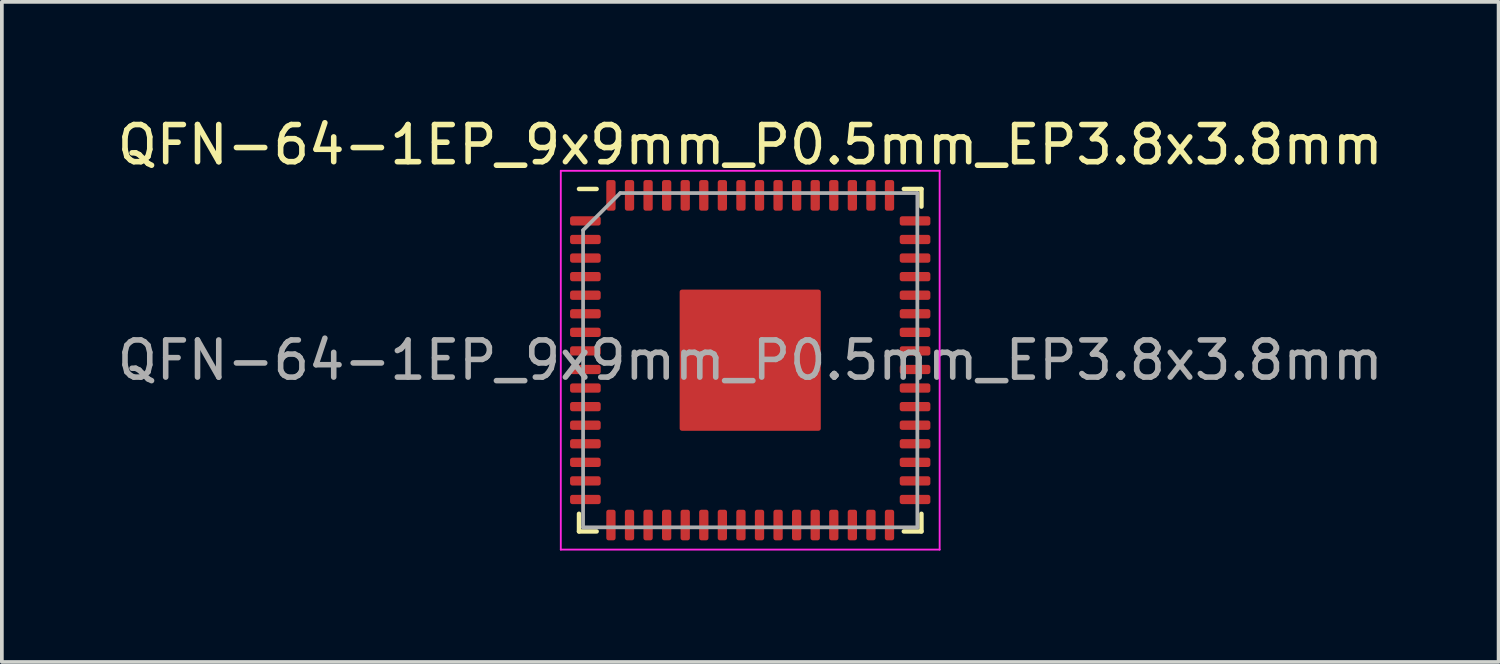
<source format=kicad_pcb>
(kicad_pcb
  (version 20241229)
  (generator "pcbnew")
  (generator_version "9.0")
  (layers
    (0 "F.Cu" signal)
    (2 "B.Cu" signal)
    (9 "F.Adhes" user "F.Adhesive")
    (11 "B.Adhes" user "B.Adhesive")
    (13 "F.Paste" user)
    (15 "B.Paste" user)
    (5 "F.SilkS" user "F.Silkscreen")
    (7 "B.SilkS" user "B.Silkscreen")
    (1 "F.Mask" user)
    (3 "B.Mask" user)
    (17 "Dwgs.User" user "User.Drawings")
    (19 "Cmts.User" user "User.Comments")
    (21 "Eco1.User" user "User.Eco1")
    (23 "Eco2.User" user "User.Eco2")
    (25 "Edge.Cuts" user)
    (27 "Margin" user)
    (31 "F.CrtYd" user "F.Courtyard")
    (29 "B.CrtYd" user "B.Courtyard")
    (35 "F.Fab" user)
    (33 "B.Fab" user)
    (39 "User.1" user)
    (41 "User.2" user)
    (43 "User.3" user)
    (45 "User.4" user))
  (footprint "QFN-64-1EP_9x9mm_P0.5mm_EP3.8x3.8mm"
    (layer "F.Cu")
    (at 17.149 6.648)
    (property "Reference" "QFN-64-1EP_9x9mm_P0.5mm_EP3.8x3.8mm" (at 0 -5.8 0) (layer "F.SilkS") (effects (font (size 1 1) (thickness 0.15))))
    (attr smd)
    (fp_line (start -4.61 4.61) (end -4.61 4.135) (stroke (width 0.12) (type solid)) (layer "F.SilkS"))
    (fp_line (start -4.135 -4.61) (end -4.61 -4.61) (stroke (width 0.12) (type solid)) (layer "F.SilkS"))
    (fp_line (start -4.135 4.61) (end -4.61 4.61) (stroke (width 0.12) (type solid)) (layer "F.SilkS"))
    (fp_line (start 4.135 -4.61) (end 4.61 -4.61) (stroke (width 0.12) (type solid)) (layer "F.SilkS"))
    (fp_line (start 4.135 4.61) (end 4.61 4.61) (stroke (width 0.12) (type solid)) (layer "F.SilkS"))
    (fp_line (start 4.61 -4.61) (end 4.61 -4.135) (stroke (width 0.12) (type solid)) (layer "F.SilkS"))
    (fp_line (start 4.61 4.61) (end 4.61 4.135) (stroke (width 0.12) (type solid)) (layer "F.SilkS"))
    (fp_line (start -5.1 -5.1) (end -5.1 5.1) (stroke (width 0.05) (type solid)) (layer "F.CrtYd"))
    (fp_line (start -5.1 5.1) (end 5.1 5.1) (stroke (width 0.05) (type solid)) (layer "F.CrtYd"))
    (fp_line (start 5.1 -5.1) (end -5.1 -5.1) (stroke (width 0.05) (type solid)) (layer "F.CrtYd"))
    (fp_line (start 5.1 5.1) (end 5.1 -5.1) (stroke (width 0.05) (type solid)) (layer "F.CrtYd"))
    (fp_line (start -4.5 -3.5) (end -3.5 -4.5) (stroke (width 0.1) (type solid)) (layer "F.Fab"))
    (fp_line (start -4.5 4.5) (end -4.5 -3.5) (stroke (width 0.1) (type solid)) (layer "F.Fab"))
    (fp_line (start -3.5 -4.5) (end 4.5 -4.5) (stroke (width 0.1) (type solid)) (layer "F.Fab"))
    (fp_line (start 4.5 -4.5) (end 4.5 4.5) (stroke (width 0.1) (type solid)) (layer "F.Fab"))
    (fp_line (start 4.5 4.5) (end -4.5 4.5) (stroke (width 0.1) (type solid)) (layer "F.Fab"))
    (fp_text user "${REFERENCE}" (at 0 0 0) (layer "F.Fab") (effects (font (size 1 1) (thickness 0.15))))
    (pad "" smd roundrect (at -1.27 -1.27) (size 1.02 1.02) (layers "F.Paste") (roundrect_rratio 0.245))
    (pad "" smd roundrect (at -1.27 0) (size 1.02 1.02) (layers "F.Paste") (roundrect_rratio 0.245))
    (pad "" smd roundrect (at -1.27 1.27) (size 1.02 1.02) (layers "F.Paste") (roundrect_rratio 0.245))
    (pad "" smd roundrect (at 0 -1.27) (size 1.02 1.02) (layers "F.Paste") (roundrect_rratio 0.245))
    (pad "" smd roundrect (at 0 0) (size 1.02 1.02) (layers "F.Paste") (roundrect_rratio 0.245))
    (pad "" smd roundrect (at 0 1.27) (size 1.02 1.02) (layers "F.Paste") (roundrect_rratio 0.245))
    (pad "" smd roundrect (at 1.27 -1.27) (size 1.02 1.02) (layers "F.Paste") (roundrect_rratio 0.245))
    (pad "" smd roundrect (at 1.27 0) (size 1.02 1.02) (layers "F.Paste") (roundrect_rratio 0.245))
    (pad "" smd roundrect (at 1.27 1.27) (size 1.02 1.02) (layers "F.Paste") (roundrect_rratio 0.245))
    (pad "1" smd roundrect (at -4.438 -3.75) (size 0.825 0.25) (layers "F.Cu" "F.Mask" "F.Paste") (roundrect_rratio 0.25))
    (pad "2" smd roundrect (at -4.438 -3.25) (size 0.825 0.25) (layers "F.Cu" "F.Mask" "F.Paste") (roundrect_rratio 0.25))
    (pad "3" smd roundrect (at -4.438 -2.75) (size 0.825 0.25) (layers "F.Cu" "F.Mask" "F.Paste") (roundrect_rratio 0.25))
    (pad "4" smd roundrect (at -4.438 -2.25) (size 0.825 0.25) (layers "F.Cu" "F.Mask" "F.Paste") (roundrect_rratio 0.25))
    (pad "5" smd roundrect (at -4.438 -1.75) (size 0.825 0.25) (layers "F.Cu" "F.Mask" "F.Paste") (roundrect_rratio 0.25))
    (pad "6" smd roundrect (at -4.438 -1.25) (size 0.825 0.25) (layers "F.Cu" "F.Mask" "F.Paste") (roundrect_rratio 0.25))
    (pad "7" smd roundrect (at -4.438 -0.75) (size 0.825 0.25) (layers "F.Cu" "F.Mask" "F.Paste") (roundrect_rratio 0.25))
    (pad "8" smd roundrect (at -4.438 -0.25) (size 0.825 0.25) (layers "F.Cu" "F.Mask" "F.Paste") (roundrect_rratio 0.25))
    (pad "9" smd roundrect (at -4.438 0.25) (size 0.825 0.25) (layers "F.Cu" "F.Mask" "F.Paste") (roundrect_rratio 0.25))
    (pad "10" smd roundrect (at -4.438 0.75) (size 0.825 0.25) (layers "F.Cu" "F.Mask" "F.Paste") (roundrect_rratio 0.25))
    (pad "11" smd roundrect (at -4.438 1.25) (size 0.825 0.25) (layers "F.Cu" "F.Mask" "F.Paste") (roundrect_rratio 0.25))
    (pad "12" smd roundrect (at -4.438 1.75) (size 0.825 0.25) (layers "F.Cu" "F.Mask" "F.Paste") (roundrect_rratio 0.25))
    (pad "13" smd roundrect (at -4.438 2.25) (size 0.825 0.25) (layers "F.Cu" "F.Mask" "F.Paste") (roundrect_rratio 0.25))
    (pad "14" smd roundrect (at -4.438 2.75) (size 0.825 0.25) (layers "F.Cu" "F.Mask" "F.Paste") (roundrect_rratio 0.25))
    (pad "15" smd roundrect (at -4.438 3.25) (size 0.825 0.25) (layers "F.Cu" "F.Mask" "F.Paste") (roundrect_rratio 0.25))
    (pad "16" smd roundrect (at -4.438 3.75) (size 0.825 0.25) (layers "F.Cu" "F.Mask" "F.Paste") (roundrect_rratio 0.25))
    (pad "17" smd roundrect (at -3.75 4.438) (size 0.25 0.825) (layers "F.Cu" "F.Mask" "F.Paste") (roundrect_rratio 0.25))
    (pad "18" smd roundrect (at -3.25 4.438) (size 0.25 0.825) (layers "F.Cu" "F.Mask" "F.Paste") (roundrect_rratio 0.25))
    (pad "19" smd roundrect (at -2.75 4.438) (size 0.25 0.825) (layers "F.Cu" "F.Mask" "F.Paste") (roundrect_rratio 0.25))
    (pad "20" smd roundrect (at -2.25 4.438) (size 0.25 0.825) (layers "F.Cu" "F.Mask" "F.Paste") (roundrect_rratio 0.25))
    (pad "21" smd roundrect (at -1.75 4.438) (size 0.25 0.825) (layers "F.Cu" "F.Mask" "F.Paste") (roundrect_rratio 0.25))
    (pad "22" smd roundrect (at -1.25 4.438) (size 0.25 0.825) (layers "F.Cu" "F.Mask" "F.Paste") (roundrect_rratio 0.25))
    (pad "23" smd roundrect (at -0.75 4.438) (size 0.25 0.825) (layers "F.Cu" "F.Mask" "F.Paste") (roundrect_rratio 0.25))
    (pad "24" smd roundrect (at -0.25 4.438) (size 0.25 0.825) (layers "F.Cu" "F.Mask" "F.Paste") (roundrect_rratio 0.25))
    (pad "25" smd roundrect (at 0.25 4.438) (size 0.25 0.825) (layers "F.Cu" "F.Mask" "F.Paste") (roundrect_rratio 0.25))
    (pad "26" smd roundrect (at 0.75 4.438) (size 0.25 0.825) (layers "F.Cu" "F.Mask" "F.Paste") (roundrect_rratio 0.25))
    (pad "27" smd roundrect (at 1.25 4.438) (size 0.25 0.825) (layers "F.Cu" "F.Mask" "F.Paste") (roundrect_rratio 0.25))
    (pad "28" smd roundrect (at 1.75 4.438) (size 0.25 0.825) (layers "F.Cu" "F.Mask" "F.Paste") (roundrect_rratio 0.25))
    (pad "29" smd roundrect (at 2.25 4.438) (size 0.25 0.825) (layers "F.Cu" "F.Mask" "F.Paste") (roundrect_rratio 0.25))
    (pad "30" smd roundrect (at 2.75 4.438) (size 0.25 0.825) (layers "F.Cu" "F.Mask" "F.Paste") (roundrect_rratio 0.25))
    (pad "31" smd roundrect (at 3.25 4.438) (size 0.25 0.825) (layers "F.Cu" "F.Mask" "F.Paste") (roundrect_rratio 0.25))
    (pad "32" smd roundrect (at 3.75 4.438) (size 0.25 0.825) (layers "F.Cu" "F.Mask" "F.Paste") (roundrect_rratio 0.25))
    (pad "33" smd roundrect (at 4.438 3.75) (size 0.825 0.25) (layers "F.Cu" "F.Mask" "F.Paste") (roundrect_rratio 0.25))
    (pad "34" smd roundrect (at 4.438 3.25) (size 0.825 0.25) (layers "F.Cu" "F.Mask" "F.Paste") (roundrect_rratio 0.25))
    (pad "35" smd roundrect (at 4.438 2.75) (size 0.825 0.25) (layers "F.Cu" "F.Mask" "F.Paste") (roundrect_rratio 0.25))
    (pad "36" smd roundrect (at 4.438 2.25) (size 0.825 0.25) (layers "F.Cu" "F.Mask" "F.Paste") (roundrect_rratio 0.25))
    (pad "37" smd roundrect (at 4.438 1.75) (size 0.825 0.25) (layers "F.Cu" "F.Mask" "F.Paste") (roundrect_rratio 0.25))
    (pad "38" smd roundrect (at 4.438 1.25) (size 0.825 0.25) (layers "F.Cu" "F.Mask" "F.Paste") (roundrect_rratio 0.25))
    (pad "39" smd roundrect (at 4.438 0.75) (size 0.825 0.25) (layers "F.Cu" "F.Mask" "F.Paste") (roundrect_rratio 0.25))
    (pad "40" smd roundrect (at 4.438 0.25) (size 0.825 0.25) (layers "F.Cu" "F.Mask" "F.Paste") (roundrect_rratio 0.25))
    (pad "41" smd roundrect (at 4.438 -0.25) (size 0.825 0.25) (layers "F.Cu" "F.Mask" "F.Paste") (roundrect_rratio 0.25))
    (pad "42" smd roundrect (at 4.438 -0.75) (size 0.825 0.25) (layers "F.Cu" "F.Mask" "F.Paste") (roundrect_rratio 0.25))
    (pad "43" smd roundrect (at 4.438 -1.25) (size 0.825 0.25) (layers "F.Cu" "F.Mask" "F.Paste") (roundrect_rratio 0.25))
    (pad "44" smd roundrect (at 4.438 -1.75) (size 0.825 0.25) (layers "F.Cu" "F.Mask" "F.Paste") (roundrect_rratio 0.25))
    (pad "45" smd roundrect (at 4.438 -2.25) (size 0.825 0.25) (layers "F.Cu" "F.Mask" "F.Paste") (roundrect_rratio 0.25))
    (pad "46" smd roundrect (at 4.438 -2.75) (size 0.825 0.25) (layers "F.Cu" "F.Mask" "F.Paste") (roundrect_rratio 0.25))
    (pad "47" smd roundrect (at 4.438 -3.25) (size 0.825 0.25) (layers "F.Cu" "F.Mask" "F.Paste") (roundrect_rratio 0.25))
    (pad "48" smd roundrect (at 4.438 -3.75) (size 0.825 0.25) (layers "F.Cu" "F.Mask" "F.Paste") (roundrect_rratio 0.25))
    (pad "49" smd roundrect (at 3.75 -4.438) (size 0.25 0.825) (layers "F.Cu" "F.Mask" "F.Paste") (roundrect_rratio 0.25))
    (pad "50" smd roundrect (at 3.25 -4.438) (size 0.25 0.825) (layers "F.Cu" "F.Mask" "F.Paste") (roundrect_rratio 0.25))
    (pad "51" smd roundrect (at 2.75 -4.438) (size 0.25 0.825) (layers "F.Cu" "F.Mask" "F.Paste") (roundrect_rratio 0.25))
    (pad "52" smd roundrect (at 2.25 -4.438) (size 0.25 0.825) (layers "F.Cu" "F.Mask" "F.Paste") (roundrect_rratio 0.25))
    (pad "53" smd roundrect (at 1.75 -4.438) (size 0.25 0.825) (layers "F.Cu" "F.Mask" "F.Paste") (roundrect_rratio 0.25))
    (pad "54" smd roundrect (at 1.25 -4.438) (size 0.25 0.825) (layers "F.Cu" "F.Mask" "F.Paste") (roundrect_rratio 0.25))
    (pad "55" smd roundrect (at 0.75 -4.438) (size 0.25 0.825) (layers "F.Cu" "F.Mask" "F.Paste") (roundrect_rratio 0.25))
    (pad "56" smd roundrect (at 0.25 -4.438) (size 0.25 0.825) (layers "F.Cu" "F.Mask" "F.Paste") (roundrect_rratio 0.25))
    (pad "57" smd roundrect (at -0.25 -4.438) (size 0.25 0.825) (layers "F.Cu" "F.Mask" "F.Paste") (roundrect_rratio 0.25))
    (pad "58" smd roundrect (at -0.75 -4.438) (size 0.25 0.825) (layers "F.Cu" "F.Mask" "F.Paste") (roundrect_rratio 0.25))
    (pad "59" smd roundrect (at -1.25 -4.438) (size 0.25 0.825) (layers "F.Cu" "F.Mask" "F.Paste") (roundrect_rratio 0.25))
    (pad "60" smd roundrect (at -1.75 -4.438) (size 0.25 0.825) (layers "F.Cu" "F.Mask" "F.Paste") (roundrect_rratio 0.25))
    (pad "61" smd roundrect (at -2.25 -4.438) (size 0.25 0.825) (layers "F.Cu" "F.Mask" "F.Paste") (roundrect_rratio 0.25))
    (pad "62" smd roundrect (at -2.75 -4.438) (size 0.25 0.825) (layers "F.Cu" "F.Mask" "F.Paste") (roundrect_rratio 0.25))
    (pad "63" smd roundrect (at -3.25 -4.438) (size 0.25 0.825) (layers "F.Cu" "F.Mask" "F.Paste") (roundrect_rratio 0.25))
    (pad "64" smd roundrect (at -3.75 -4.438) (size 0.25 0.825) (layers "F.Cu" "F.Mask" "F.Paste") (roundrect_rratio 0.25))
    (pad "65" smd roundrect (at 0 0) (size 3.8 3.8) (layers "F.Cu" "F.Mask") (roundrect_rratio 0.016)))
  (gr_rect
    (start -3 -3)
    (end 37.298 14.773)
    (stroke (width 0.1) (type default))
    (fill no)
    (layer "Edge.Cuts")))
</source>
